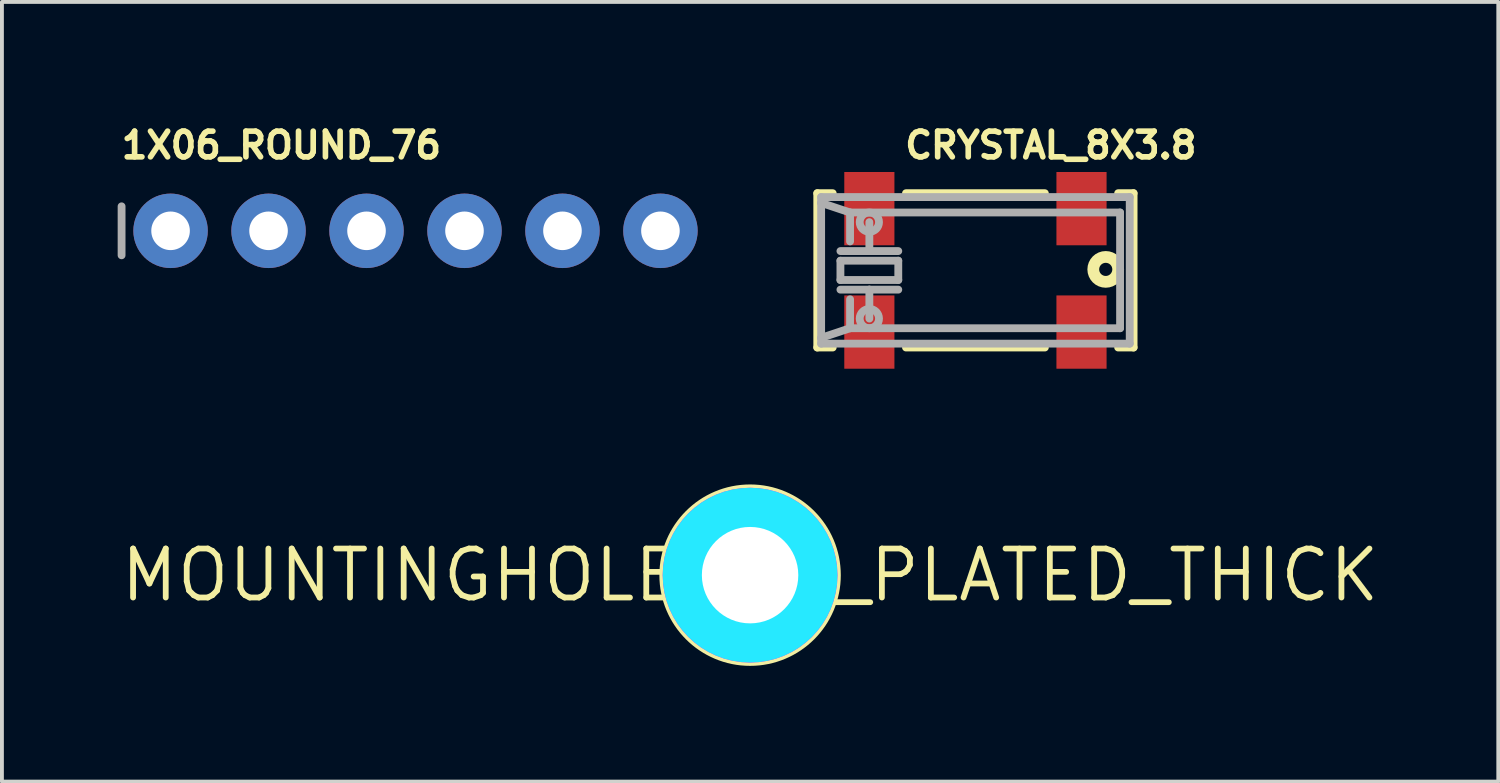
<source format=kicad_pcb>
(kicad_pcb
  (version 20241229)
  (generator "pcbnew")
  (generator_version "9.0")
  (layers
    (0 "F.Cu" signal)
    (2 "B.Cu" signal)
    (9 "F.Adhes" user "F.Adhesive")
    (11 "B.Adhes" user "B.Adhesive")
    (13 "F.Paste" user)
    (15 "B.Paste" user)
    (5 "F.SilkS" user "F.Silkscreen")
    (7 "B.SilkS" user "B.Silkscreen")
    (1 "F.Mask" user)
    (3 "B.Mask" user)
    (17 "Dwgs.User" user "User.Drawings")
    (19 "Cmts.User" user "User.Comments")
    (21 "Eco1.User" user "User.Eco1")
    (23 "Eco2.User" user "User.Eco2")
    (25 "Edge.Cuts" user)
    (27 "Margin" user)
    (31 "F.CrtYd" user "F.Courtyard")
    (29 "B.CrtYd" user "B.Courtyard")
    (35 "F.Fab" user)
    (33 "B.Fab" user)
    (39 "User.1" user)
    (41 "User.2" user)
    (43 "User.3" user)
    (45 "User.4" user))
  (footprint "MOUNTINGHOLE_2.5_PLATED_THICK"
    (layer "F.Cu")
    (at 16.396 11.861)
    (property "Reference" "MOUNTINGHOLE_2.5_PLATED_THICK" (at 0 0 0) (layer "F.SilkS") (effects (font (size 1.27 1.27) (thickness 0.15))))
    (fp_circle (center 0 0) (end 2.25 0) (stroke (width 0.203) (type solid)) (fill no) (layer "F.SilkS"))
    (fp_circle (center 0 0) (end 1.25 0) (stroke (width 2.032) (type solid)) (fill no) (layer "B.CrtYd"))
    (fp_circle (center 0 0) (end 1.25 0) (stroke (width 2.032) (type solid)) (fill no) (layer "F.CrtYd"))
    (pad "P$1" thru_hole circle (at 0 0) (size 4 4) (drill 2.5) (layers "*.Cu" "*.Mask"))
    (zone (net_name "") (layer "F.Cu") (hatch edge 0.5) (connect_pads) (min_thickness 0.25) (filled_areas_thickness no) (keepout (tracks not_allowed) (vias not_allowed) (pads not_allowed) (copperpour not_allowed) (footprints allowed)) (placement (enabled no)) (fill) (polygon (pts (xy 18.662 11.861) (xy 18.642 11.559) (xy 18.582 11.262) (xy 18.483 10.976) (xy 18.346 10.706) (xy 18.175 10.457) (xy 17.972 10.232) (xy 17.74 10.037) (xy 17.485 9.874) (xy 17.211 9.746) (xy 16.922 9.657) (xy 16.623 9.606) (xy 16.321 9.596) (xy 16.019 9.627) (xy 15.725 9.697) (xy 15.442 9.806) (xy 15.177 9.951) (xy 14.933 10.131) (xy 14.716 10.341) (xy 14.528 10.579) (xy 14.374 10.839) (xy 14.256 11.118) (xy 14.176 11.41) (xy 14.135 11.71) (xy 14.135 12.012) (xy 14.176 12.312) (xy 14.256 12.604) (xy 14.374 12.883) (xy 14.528 13.143) (xy 14.716 13.381) (xy 14.933 13.591) (xy 15.177 13.771) (xy 15.442 13.916) (xy 15.725 14.025) (xy 16.019 14.095) (xy 16.321 14.126) (xy 16.623 14.116) (xy 16.922 14.065) (xy 17.211 13.976) (xy 17.485 13.848) (xy 17.74 13.685) (xy 17.972 13.49) (xy 18.175 13.265) (xy 18.346 13.016) (xy 18.483 12.746) (xy 18.582 12.46) (xy 18.642 12.163))) (polygon (pts (xy 16.63 11.861) (xy 16.61 11.766) (xy 16.553 11.687) (xy 16.469 11.638) (xy 16.372 11.628) (xy 16.279 11.658) (xy 16.207 11.723) (xy 16.167 11.812) (xy 16.167 11.91) (xy 16.207 11.999) (xy 16.279 12.064) (xy 16.372 12.094) (xy 16.469 12.084) (xy 16.553 12.035) (xy 16.61 11.956))))
    (zone (net_name "") (layer "B.Cu") (hatch edge 0.5) (connect_pads) (min_thickness 0.25) (filled_areas_thickness no) (keepout (tracks not_allowed) (vias not_allowed) (pads not_allowed) (copperpour not_allowed) (footprints allowed)) (placement (enabled no)) (fill) (polygon (pts (xy 18.662 11.861) (xy 18.642 11.559) (xy 18.582 11.262) (xy 18.483 10.976) (xy 18.346 10.706) (xy 18.175 10.457) (xy 17.972 10.232) (xy 17.74 10.037) (xy 17.485 9.874) (xy 17.211 9.746) (xy 16.922 9.657) (xy 16.623 9.606) (xy 16.321 9.596) (xy 16.019 9.627) (xy 15.725 9.697) (xy 15.442 9.806) (xy 15.177 9.951) (xy 14.933 10.131) (xy 14.716 10.341) (xy 14.528 10.579) (xy 14.374 10.839) (xy 14.256 11.118) (xy 14.176 11.41) (xy 14.135 11.71) (xy 14.135 12.012) (xy 14.176 12.312) (xy 14.256 12.604) (xy 14.374 12.883) (xy 14.528 13.143) (xy 14.716 13.381) (xy 14.933 13.591) (xy 15.177 13.771) (xy 15.442 13.916) (xy 15.725 14.025) (xy 16.019 14.095) (xy 16.321 14.126) (xy 16.623 14.116) (xy 16.922 14.065) (xy 17.211 13.976) (xy 17.485 13.848) (xy 17.74 13.685) (xy 17.972 13.49) (xy 18.175 13.265) (xy 18.346 13.016) (xy 18.483 12.746) (xy 18.582 12.46) (xy 18.642 12.163))) (polygon (pts (xy 16.63 11.861) (xy 16.61 11.766) (xy 16.553 11.687) (xy 16.469 11.638) (xy 16.372 11.628) (xy 16.279 11.658) (xy 16.207 11.723) (xy 16.167 11.812) (xy 16.167 11.91) (xy 16.207 11.999) (xy 16.279 12.064) (xy 16.372 12.094) (xy 16.469 12.084) (xy 16.553 12.035) (xy 16.61 11.956)))))
  (footprint "CRYSTAL_8X3.8"
    (layer "F.Cu")
    (at 22.238 3.959)
    (property "Reference" "CRYSTAL_8X3.8" (at -1.9 -2.854 0) (layer "F.SilkS") (effects (font (size 0.666 0.666) (thickness 0.146)) (justify left bottom)))
    (fp_line (start -4.1 -2) (end -4.1 2) (stroke (width 0.203) (type solid)) (layer "F.SilkS"))
    (fp_line (start -4.1 2) (end -3.7 2) (stroke (width 0.203) (type solid)) (layer "F.SilkS"))
    (fp_line (start -3.7 -2) (end -4.1 -2) (stroke (width 0.203) (type solid)) (layer "F.SilkS"))
    (fp_line (start -1.8 -2) (end 1.8 -2) (stroke (width 0.203) (type solid)) (layer "F.SilkS"))
    (fp_line (start -1.8 2) (end 1.8 2) (stroke (width 0.203) (type solid)) (layer "F.SilkS"))
    (fp_line (start 3.7 -2) (end 4.1 -2) (stroke (width 0.203) (type solid)) (layer "F.SilkS"))
    (fp_line (start 4.1 -2) (end 4.1 2) (stroke (width 0.203) (type solid)) (layer "F.SilkS"))
    (fp_line (start 4.1 2) (end 3.7 2) (stroke (width 0.203) (type solid)) (layer "F.SilkS"))
    (fp_circle (center 3.378 -0.025) (end 3.701 -0.025) (stroke (width 0.305) (type solid)) (fill no) (layer "F.SilkS"))
    (fp_line (start -4 -1.9) (end 4 -1.9) (stroke (width 0.203) (type solid)) (layer "F.Fab"))
    (fp_line (start -4 -1.75) (end -4 -1.9) (stroke (width 0.203) (type solid)) (layer "F.Fab"))
    (fp_line (start -4 -1.75) (end -3.25 -1.5) (stroke (width 0.203) (type solid)) (layer "F.Fab"))
    (fp_line (start -4 1.75) (end -4 -1.75) (stroke (width 0.203) (type solid)) (layer "F.Fab"))
    (fp_line (start -4 1.75) (end -3.25 1.5) (stroke (width 0.203) (type solid)) (layer "F.Fab"))
    (fp_line (start -4 1.9) (end -4 1.75) (stroke (width 0.203) (type solid)) (layer "F.Fab"))
    (fp_line (start -3.5 -0.5) (end -2.75 -0.5) (stroke (width 0.203) (type solid)) (layer "F.Fab"))
    (fp_line (start -3.5 -0.25) (end -2 -0.25) (stroke (width 0.203) (type solid)) (layer "F.Fab"))
    (fp_line (start -3.5 0.25) (end -3.5 -0.25) (stroke (width 0.203) (type solid)) (layer "F.Fab"))
    (fp_line (start -3.5 0.5) (end -2.75 0.5) (stroke (width 0.203) (type solid)) (layer "F.Fab"))
    (fp_line (start -3.25 -1.5) (end -3.25 -0.75) (stroke (width 0.203) (type solid)) (layer "F.Fab"))
    (fp_line (start -3.25 -1.5) (end 3.75 -1.5) (stroke (width 0.203) (type solid)) (layer "F.Fab"))
    (fp_line (start -3.25 1.5) (end -3.25 0.75) (stroke (width 0.203) (type solid)) (layer "F.Fab"))
    (fp_line (start -2.75 -0.5) (end -2.75 -1.25) (stroke (width 0.203) (type solid)) (layer "F.Fab"))
    (fp_line (start -2.75 -0.5) (end -2 -0.5) (stroke (width 0.203) (type solid)) (layer "F.Fab"))
    (fp_line (start -2.75 0.5) (end -2.75 1.25) (stroke (width 0.203) (type solid)) (layer "F.Fab"))
    (fp_line (start -2.75 0.5) (end -2 0.5) (stroke (width 0.203) (type solid)) (layer "F.Fab"))
    (fp_line (start -2 -0.25) (end -2 0.25) (stroke (width 0.203) (type solid)) (layer "F.Fab"))
    (fp_line (start -2 0.25) (end -3.5 0.25) (stroke (width 0.203) (type solid)) (layer "F.Fab"))
    (fp_line (start 3.75 -1.5) (end 3.75 1.5) (stroke (width 0.203) (type solid)) (layer "F.Fab"))
    (fp_line (start 3.75 1.5) (end -3.25 1.5) (stroke (width 0.203) (type solid)) (layer "F.Fab"))
    (fp_line (start 4 -1.9) (end 4 1.9) (stroke (width 0.203) (type solid)) (layer "F.Fab"))
    (fp_line (start 4 1.9) (end -4 1.9) (stroke (width 0.203) (type solid)) (layer "F.Fab"))
    (fp_circle (center -2.75 -1.25) (end -2.5 -1.25) (stroke (width 0.203) (type solid)) (fill no) (layer "F.Fab"))
    (fp_circle (center -2.75 1.25) (end -2.5 1.25) (stroke (width 0.203) (type solid)) (fill no) (layer "F.Fab"))
    (pad "P$1" smd rect (at -2.75 1.6) (size 1.3 1.9) (layers "F.Cu" "F.Mask" "F.Paste"))
    (pad "P$2" smd rect (at 2.75 1.6) (size 1.3 1.9) (layers "F.Cu" "F.Mask" "F.Paste"))
    (pad "P$3" smd rect (at 2.75 -1.6) (size 1.3 1.9) (layers "F.Cu" "F.Mask" "F.Paste"))
    (pad "P$4" smd rect (at -2.75 -1.6) (size 1.3 1.9) (layers "F.Cu" "F.Mask" "F.Paste")))
  (footprint "1X06_ROUND_76"
    (layer "F.Cu")
    (at 7.722 2.934)
    (property "Reference" "1X06_ROUND_76" (at -7.696 -1.829 0) (layer "F.SilkS") (effects (font (size 0.666 0.666) (thickness 0.146)) (justify left bottom)))
    (fp_line (start -7.62 -0.635) (end -7.62 0.635) (stroke (width 0.203) (type solid)) (layer "F.Fab"))
    (fp_poly (pts (xy -6.604 0.254) (xy -6.096 0.254) (xy -6.096 -0.254) (xy -6.604 -0.254)) (stroke (width 0.1) (type default)) (fill no) (layer "F.Fab"))
    (fp_poly (pts (xy -4.064 0.254) (xy -3.556 0.254) (xy -3.556 -0.254) (xy -4.064 -0.254)) (stroke (width 0.1) (type default)) (fill no) (layer "F.Fab"))
    (fp_poly (pts (xy -1.524 0.254) (xy -1.016 0.254) (xy -1.016 -0.254) (xy -1.524 -0.254)) (stroke (width 0.1) (type default)) (fill no) (layer "F.Fab"))
    (fp_poly (pts (xy 1.016 0.254) (xy 1.524 0.254) (xy 1.524 -0.254) (xy 1.016 -0.254)) (stroke (width 0.1) (type default)) (fill no) (layer "F.Fab"))
    (fp_poly (pts (xy 3.556 0.254) (xy 4.064 0.254) (xy 4.064 -0.254) (xy 3.556 -0.254)) (stroke (width 0.1) (type default)) (fill no) (layer "F.Fab"))
    (fp_poly (pts (xy 6.096 0.254) (xy 6.604 0.254) (xy 6.604 -0.254) (xy 6.096 -0.254)) (stroke (width 0.1) (type default)) (fill no) (layer "F.Fab"))
    (pad "1" thru_hole circle (at -6.35 0 90) (size 1.93 1.93) (drill 1) (layers "*.Cu" "*.Mask"))
    (pad "2" thru_hole circle (at -3.81 0 90) (size 1.93 1.93) (drill 1) (layers "*.Cu" "*.Mask"))
    (pad "3" thru_hole circle (at -1.27 0 90) (size 1.93 1.93) (drill 1) (layers "*.Cu" "*.Mask"))
    (pad "4" thru_hole circle (at 1.27 0 90) (size 1.93 1.93) (drill 1) (layers "*.Cu" "*.Mask"))
    (pad "5" thru_hole circle (at 3.81 0 90) (size 1.93 1.93) (drill 1) (layers "*.Cu" "*.Mask"))
    (pad "6" thru_hole circle (at 6.35 0 90) (size 1.93 1.93) (drill 1) (layers "*.Cu" "*.Mask")))
  (gr_rect
    (start -3 -3)
    (end 35.793 17.213)
    (stroke (width 0.1) (type default))
    (fill no)
    (layer "Edge.Cuts")))
</source>
